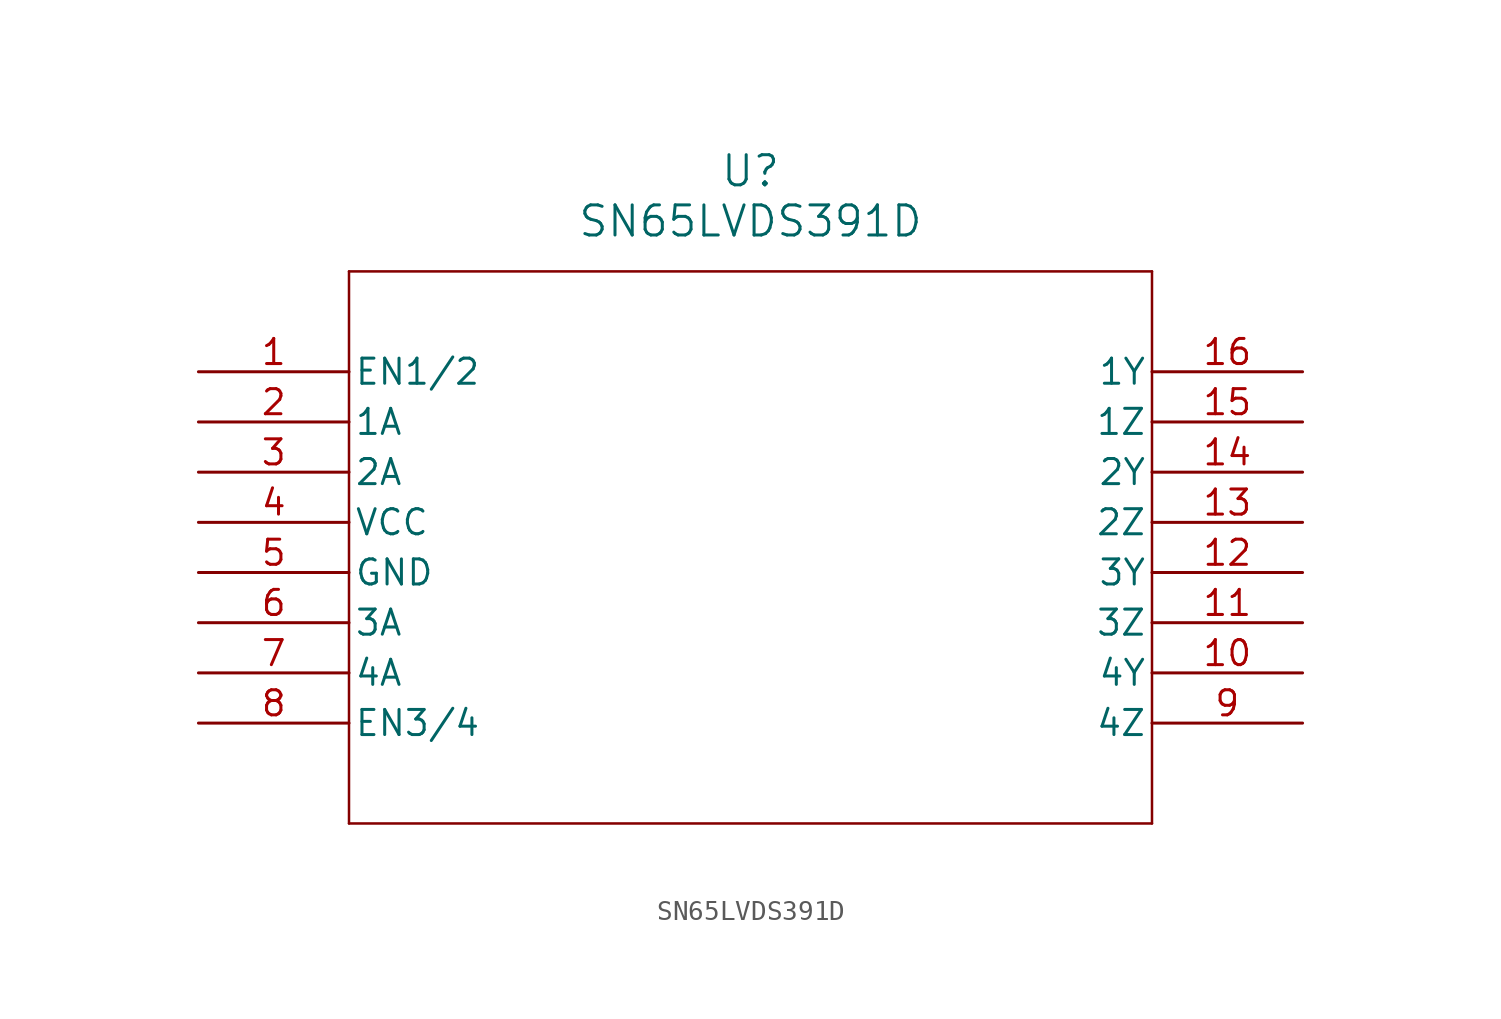
<source format=kicad_sym>
(kicad_symbol_lib
  (version 20211014)
  (generator kicad_symbol_editor)
  (symbol "SN65LVDS391D"
    (pin_names
      (offset 0.254))
    (property "Reference" "U"
      (at 27.94 10.16 0)
      (effects (font (size 1.524 1.524))))
    (property "Value" "SN65LVDS391D"
      (at 27.94 7.62 0)
      (effects (font (size 1.524 1.524))))
    (symbol "SN65LVDS391D_0_1"
      (polyline (pts (xy 7.62 5.08) (xy 7.62 -22.86)) (stroke (width 0.127) (type default) (color 0 0 0 0)) (fill (type none)))
      (polyline (pts (xy 7.62 -22.86) (xy 48.26 -22.86)) (stroke (width 0.127) (type default) (color 0 0 0 0)) (fill (type none)))
      (polyline (pts (xy 48.26 -22.86) (xy 48.26 5.08)) (stroke (width 0.127) (type default) (color 0 0 0 0)) (fill (type none)))
      (polyline (pts (xy 48.26 5.08) (xy 7.62 5.08)) (stroke (width 0.127) (type default) (color 0 0 0 0)) (fill (type none)))
      (pin unspecified line (at 0 0 0) (length 7.62) (name "EN1/2" (effects (font (size 1.27 1.27)))) (number "1" (effects (font (size 1.27 1.27)))))
      (pin input line (at 0 -2.54 0) (length 7.62) (name "1A" (effects (font (size 1.27 1.27)))) (number "2" (effects (font (size 1.27 1.27)))))
      (pin input line (at 0 -5.08 0) (length 7.62) (name "2A" (effects (font (size 1.27 1.27)))) (number "3" (effects (font (size 1.27 1.27)))))
      (pin power_in line (at 0 -7.62 0) (length 7.62) (name "VCC" (effects (font (size 1.27 1.27)))) (number "4" (effects (font (size 1.27 1.27)))))
      (pin power_in line (at 0 -10.16 0) (length 7.62) (name "GND" (effects (font (size 1.27 1.27)))) (number "5" (effects (font (size 1.27 1.27)))))
      (pin input line (at 0 -12.7 0) (length 7.62) (name "3A" (effects (font (size 1.27 1.27)))) (number "6" (effects (font (size 1.27 1.27)))))
      (pin input line (at 0 -15.24 0) (length 7.62) (name "4A" (effects (font (size 1.27 1.27)))) (number "7" (effects (font (size 1.27 1.27)))))
      (pin unspecified line (at 0 -17.78 0) (length 7.62) (name "EN3/4" (effects (font (size 1.27 1.27)))) (number "8" (effects (font (size 1.27 1.27)))))
      (pin output line (at 55.88 -17.78 180) (length 7.62) (name "4Z" (effects (font (size 1.27 1.27)))) (number "9" (effects (font (size 1.27 1.27)))))
      (pin output line (at 55.88 -15.24 180) (length 7.62) (name "4Y" (effects (font (size 1.27 1.27)))) (number "10" (effects (font (size 1.27 1.27)))))
      (pin output line (at 55.88 -12.7 180) (length 7.62) (name "3Z" (effects (font (size 1.27 1.27)))) (number "11" (effects (font (size 1.27 1.27)))))
      (pin output line (at 55.88 -10.16 180) (length 7.62) (name "3Y" (effects (font (size 1.27 1.27)))) (number "12" (effects (font (size 1.27 1.27)))))
      (pin output line (at 55.88 -7.62 180) (length 7.62) (name "2Z" (effects (font (size 1.27 1.27)))) (number "13" (effects (font (size 1.27 1.27)))))
      (pin output line (at 55.88 -5.08 180) (length 7.62) (name "2Y" (effects (font (size 1.27 1.27)))) (number "14" (effects (font (size 1.27 1.27)))))
      (pin output line (at 55.88 -2.54 180) (length 7.62) (name "1Z" (effects (font (size 1.27 1.27)))) (number "15" (effects (font (size 1.27 1.27)))))
      (pin output line (at 55.88 0 180) (length 7.62) (name "1Y" (effects (font (size 1.27 1.27)))) (number "16" (effects (font (size 1.27 1.27))))))))
</source>
